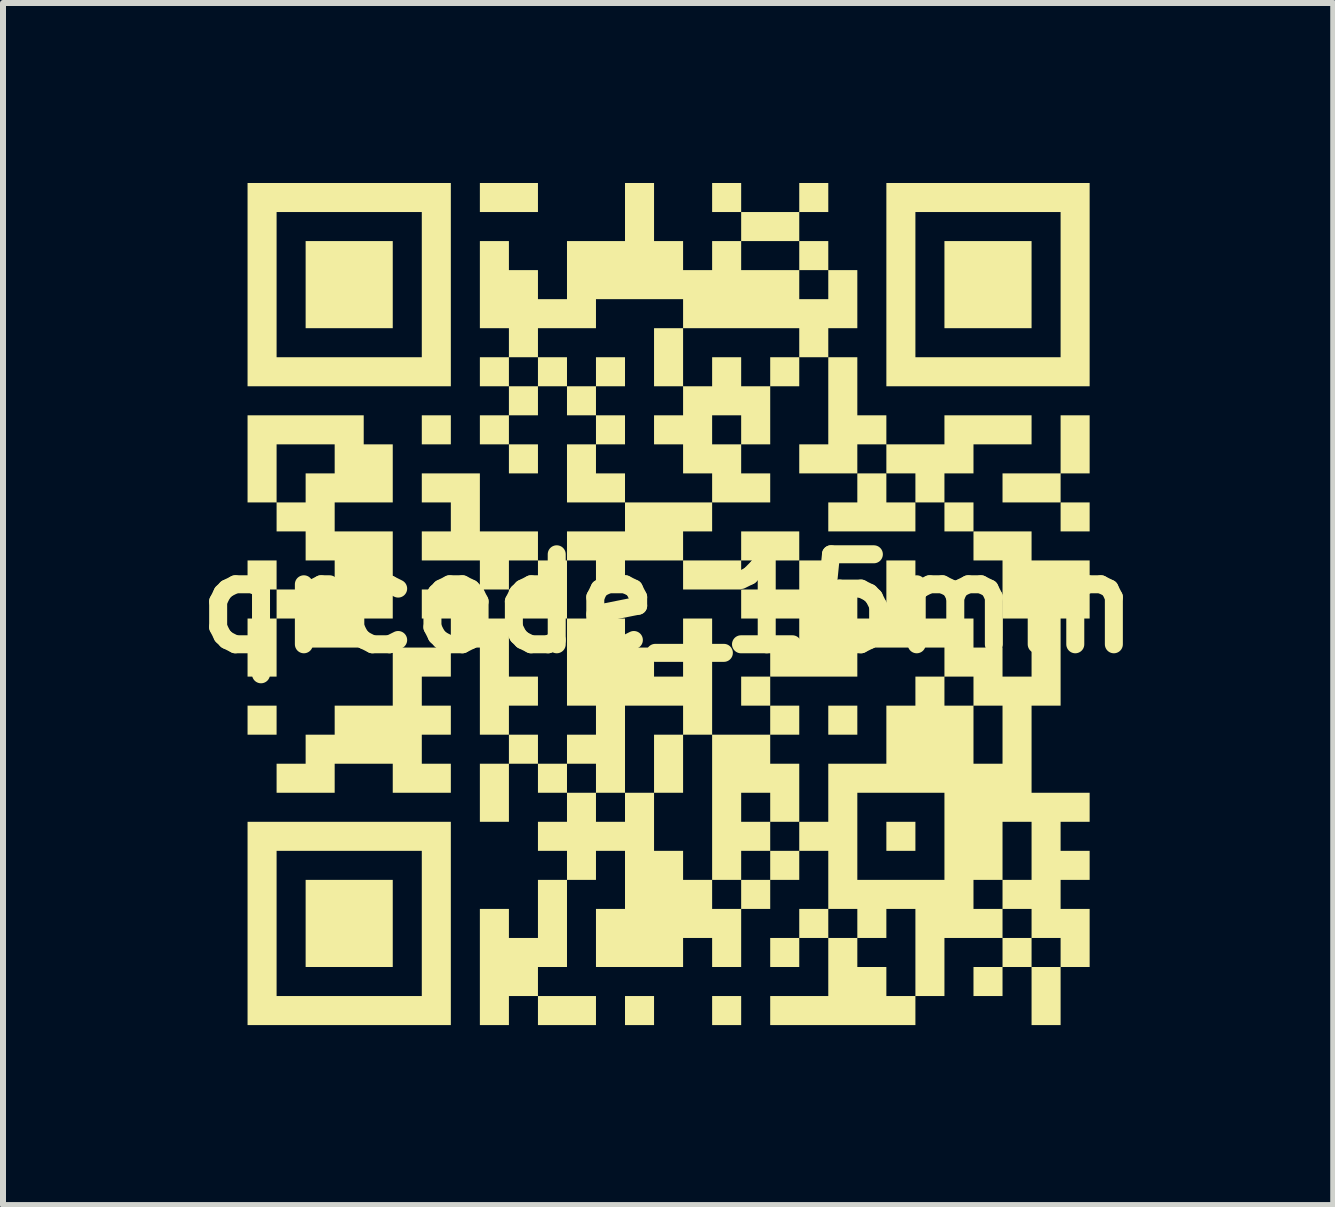
<source format=kicad_pcb>
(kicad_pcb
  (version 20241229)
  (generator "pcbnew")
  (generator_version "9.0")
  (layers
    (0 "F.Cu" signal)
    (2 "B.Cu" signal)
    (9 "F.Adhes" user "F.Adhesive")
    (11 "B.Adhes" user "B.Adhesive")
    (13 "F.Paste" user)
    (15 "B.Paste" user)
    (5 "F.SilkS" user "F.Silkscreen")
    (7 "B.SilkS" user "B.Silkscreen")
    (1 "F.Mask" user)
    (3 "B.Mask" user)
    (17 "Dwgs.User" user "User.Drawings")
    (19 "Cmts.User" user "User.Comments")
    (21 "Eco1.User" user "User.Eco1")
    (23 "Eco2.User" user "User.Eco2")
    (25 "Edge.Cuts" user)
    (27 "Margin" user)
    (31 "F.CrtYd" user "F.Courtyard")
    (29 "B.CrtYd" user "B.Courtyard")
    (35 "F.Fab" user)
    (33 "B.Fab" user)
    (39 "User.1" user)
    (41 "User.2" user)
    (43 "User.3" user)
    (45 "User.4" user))
  (footprint "qrcode_15mm"
    (layer "F.Cu")
    (at 8.086 7.01)
    (property "Reference" "qrcode_15mm" (at 0 0 0) (layer "F.SilkS") (effects (font (size 1.5 1.5) (thickness 0.3))))
    (attr board_only exclude_from_pos_files exclude_from_bom)
    (fp_poly (pts (xy -6.526 1.943) (xy -6.526 2.185) (xy -6.768 2.185) (xy -7.01 2.185) (xy -7.01 1.943) (xy -7.01 1.701) (xy -6.768 1.701) (xy -6.526 1.701)) (stroke (width 0) (type solid)) (fill yes) (layer "F.SilkS"))
    (fp_poly (pts (xy -4.59 -5.316) (xy -4.59 -4.59) (xy -5.316 -4.59) (xy -6.042 -4.59) (xy -6.042 -5.316) (xy -6.042 -6.042) (xy -5.316 -6.042) (xy -4.59 -6.042)) (stroke (width 0) (type solid)) (fill yes) (layer "F.SilkS"))
    (fp_poly (pts (xy -4.59 5.331) (xy -4.59 6.057) (xy -5.316 6.057) (xy -6.042 6.057) (xy -6.042 5.331) (xy -6.042 4.605) (xy -5.316 4.605) (xy -4.59 4.605)) (stroke (width 0) (type solid)) (fill yes) (layer "F.SilkS"))
    (fp_poly (pts (xy -3.622 -2.896) (xy -3.622 -2.654) (xy -3.864 -2.654) (xy -4.106 -2.654) (xy -4.106 -2.896) (xy -4.106 -3.138) (xy -3.864 -3.138) (xy -3.622 -3.138)) (stroke (width 0) (type solid)) (fill yes) (layer "F.SilkS"))
    (fp_poly (pts (xy -2.17 -6.768) (xy -2.17 -6.526) (xy -2.654 -6.526) (xy -3.138 -6.526) (xy -3.138 -6.768) (xy -3.138 -7.01) (xy -2.654 -7.01) (xy -2.17 -7.01)) (stroke (width 0) (type solid)) (fill yes) (layer "F.SilkS"))
    (fp_poly (pts (xy -2.17 -2.412) (xy -2.17 -2.17) (xy -2.412 -2.17) (xy -2.654 -2.17) (xy -2.654 -2.412) (xy -2.654 -2.654) (xy -2.412 -2.654) (xy -2.17 -2.654)) (stroke (width 0) (type solid)) (fill yes) (layer "F.SilkS"))
    (fp_poly (pts (xy -1.686 2.911) (xy -1.686 3.153) (xy -1.928 3.153) (xy -2.17 3.153) (xy -2.17 2.911) (xy -2.17 2.669) (xy -1.928 2.669) (xy -1.686 2.669)) (stroke (width 0) (type solid)) (fill yes) (layer "F.SilkS"))
    (fp_poly (pts (xy -1.203 -3.38) (xy -1.203 -3.138) (xy -1.445 -3.138) (xy -1.686 -3.138) (xy -1.686 -3.38) (xy -1.686 -3.622) (xy -1.445 -3.622) (xy -1.203 -3.622)) (stroke (width 0) (type solid)) (fill yes) (layer "F.SilkS"))
    (fp_poly (pts (xy -1.203 6.783) (xy -1.203 7.025) (xy -1.686 7.025) (xy -2.17 7.025) (xy -2.17 6.783) (xy -2.17 6.541) (xy -1.686 6.541) (xy -1.203 6.541)) (stroke (width 0) (type solid)) (fill yes) (layer "F.SilkS"))
    (fp_poly (pts (xy -0.719 -3.864) (xy -0.719 -3.622) (xy -0.961 -3.622) (xy -1.203 -3.622) (xy -1.203 -3.864) (xy -1.203 -4.106) (xy -0.961 -4.106) (xy -0.719 -4.106)) (stroke (width 0) (type solid)) (fill yes) (layer "F.SilkS"))
    (fp_poly (pts (xy -0.235 6.783) (xy -0.235 7.025) (xy -0.477 7.025) (xy -0.719 7.025) (xy -0.719 6.783) (xy -0.719 6.541) (xy -0.477 6.541) (xy -0.235 6.541)) (stroke (width 0) (type solid)) (fill yes) (layer "F.SilkS"))
    (fp_poly (pts (xy 1.217 6.783) (xy 1.217 7.025) (xy 0.975 7.025) (xy 0.733 7.025) (xy 0.733 6.783) (xy 0.733 6.541) (xy 0.975 6.541) (xy 1.217 6.541)) (stroke (width 0) (type solid)) (fill yes) (layer "F.SilkS"))
    (fp_poly (pts (xy 1.701 1.459) (xy 1.701 1.701) (xy 1.459 1.701) (xy 1.217 1.701) (xy 1.217 1.459) (xy 1.217 1.217) (xy 1.459 1.217) (xy 1.701 1.217)) (stroke (width 0) (type solid)) (fill yes) (layer "F.SilkS"))
    (fp_poly (pts (xy 3.153 1.943) (xy 3.153 2.185) (xy 2.911 2.185) (xy 2.669 2.185) (xy 2.669 1.943) (xy 2.669 1.701) (xy 2.911 1.701) (xy 3.153 1.701)) (stroke (width 0) (type solid)) (fill yes) (layer "F.SilkS"))
    (fp_poly (pts (xy 4.121 3.879) (xy 4.121 4.121) (xy 3.879 4.121) (xy 3.637 4.121) (xy 3.637 3.879) (xy 3.637 3.637) (xy 3.879 3.637) (xy 4.121 3.637)) (stroke (width 0) (type solid)) (fill yes) (layer "F.SilkS"))
    (fp_poly (pts (xy 5.089 -1.445) (xy 5.089 -1.203) (xy 4.847 -1.203) (xy 4.605 -1.203) (xy 4.605 -1.445) (xy 4.605 -1.686) (xy 4.847 -1.686) (xy 5.089 -1.686)) (stroke (width 0) (type solid)) (fill yes) (layer "F.SilkS"))
    (fp_poly (pts (xy 6.057 -5.316) (xy 6.057 -4.59) (xy 5.331 -4.59) (xy 4.605 -4.59) (xy 4.605 -5.316) (xy 4.605 -6.042) (xy 5.331 -6.042) (xy 6.057 -6.042)) (stroke (width 0) (type solid)) (fill yes) (layer "F.SilkS"))
    (fp_poly (pts (xy 7.025 -1.445) (xy 7.025 -1.203) (xy 6.783 -1.203) (xy 6.541 -1.203) (xy 6.541 -1.445) (xy 6.541 -1.686) (xy 6.783 -1.686) (xy 7.025 -1.686)) (stroke (width 0) (type solid)) (fill yes) (layer "F.SilkS"))
    (fp_poly (pts (xy -2.17 2.427) (xy -2.17 2.669) (xy -2.412 2.669) (xy -2.654 2.669) (xy -2.654 3.153) (xy -2.654 3.637) (xy -2.896 3.637) (xy -3.138 3.637) (xy -3.138 3.153) (xy -3.138 2.669) (xy -2.896 2.669) (xy -2.654 2.669) (xy -2.654 2.427) (xy -2.654 2.185) (xy -2.412 2.185) (xy -2.17 2.185)) (stroke (width 0) (type solid)) (fill yes) (layer "F.SilkS"))
    (fp_poly (pts (xy 2.185 -0.961) (xy 2.185 -0.719) (xy 1.701 -0.719) (xy 1.217 -0.719) (xy 1.217 -0.477) (xy 1.217 -0.235) (xy 0.733 -0.235) (xy 0.249 -0.235) (xy 0.249 -0.477) (xy 0.249 -0.719) (xy 0.733 -0.719) (xy 1.217 -0.719) (xy 1.217 -0.961) (xy 1.217 -1.203) (xy 1.701 -1.203) (xy 2.185 -1.203)) (stroke (width 0) (type solid)) (fill yes) (layer "F.SilkS"))
    (fp_poly (pts (xy 3.637 -1.928) (xy 3.637 -1.686) (xy 3.879 -1.686) (xy 4.121 -1.686) (xy 4.121 -1.445) (xy 4.121 -1.203) (xy 3.395 -1.203) (xy 2.669 -1.203) (xy 2.669 -1.445) (xy 2.669 -1.686) (xy 2.911 -1.686) (xy 3.153 -1.686) (xy 3.153 -1.928) (xy 3.153 -2.17) (xy 3.395 -2.17) (xy 3.637 -2.17)) (stroke (width 0) (type solid)) (fill yes) (layer "F.SilkS"))
    (fp_poly (pts (xy 7.025 -2.654) (xy 7.025 -2.17) (xy 6.783 -2.17) (xy 6.541 -2.17) (xy 6.541 -1.928) (xy 6.541 -1.686) (xy 6.057 -1.686) (xy 5.573 -1.686) (xy 5.573 -1.928) (xy 5.573 -2.17) (xy 6.057 -2.17) (xy 6.541 -2.17) (xy 6.541 -2.654) (xy 6.541 -3.138) (xy 6.783 -3.138) (xy 7.025 -3.138)) (stroke (width 0) (type solid)) (fill yes) (layer "F.SilkS"))
    (fp_poly (pts (xy -3.622 -5.316) (xy -3.622 -3.622) (xy -5.316 -3.622) (xy -7.01 -3.622) (xy -7.01 -5.316) (xy -7.01 -6.526) (xy -6.526 -6.526) (xy -6.526 -5.316) (xy -6.526 -4.106) (xy -5.316 -4.106) (xy -4.106 -4.106) (xy -4.106 -5.316) (xy -4.106 -6.526) (xy -5.316 -6.526) (xy -6.526 -6.526) (xy -7.01 -6.526) (xy -7.01 -7.01) (xy -5.316 -7.01) (xy -3.622 -7.01)) (stroke (width 0) (type solid)) (fill yes) (layer "F.SilkS"))
    (fp_poly (pts (xy -3.622 5.331) (xy -3.622 7.025) (xy -5.316 7.025) (xy -7.01 7.025) (xy -7.01 5.331) (xy -7.01 4.121) (xy -6.526 4.121) (xy -6.526 5.331) (xy -6.526 6.541) (xy -5.316 6.541) (xy -4.106 6.541) (xy -4.106 5.331) (xy -4.106 4.121) (xy -5.316 4.121) (xy -6.526 4.121) (xy -7.01 4.121) (xy -7.01 3.637) (xy -5.316 3.637) (xy -3.622 3.637)) (stroke (width 0) (type solid)) (fill yes) (layer "F.SilkS"))
    (fp_poly (pts (xy 7.025 -5.316) (xy 7.025 -3.622) (xy 5.331 -3.622) (xy 3.637 -3.622) (xy 3.637 -5.316) (xy 3.637 -6.526) (xy 4.121 -6.526) (xy 4.121 -5.316) (xy 4.121 -4.106) (xy 5.331 -4.106) (xy 6.541 -4.106) (xy 6.541 -5.316) (xy 6.541 -6.526) (xy 5.331 -6.526) (xy 4.121 -6.526) (xy 3.637 -6.526) (xy 3.637 -7.01) (xy 5.331 -7.01) (xy 7.025 -7.01)) (stroke (width 0) (type solid)) (fill yes) (layer "F.SilkS"))
    (fp_poly (pts (xy -0.719 -2.896) (xy -0.719 -2.654) (xy -0.961 -2.654) (xy -1.203 -2.654) (xy -1.203 -2.412) (xy -1.203 -2.17) (xy -0.961 -2.17) (xy -0.719 -2.17) (xy -0.719 -1.928) (xy -0.719 -1.686) (xy -1.203 -1.686) (xy -1.686 -1.686) (xy -1.686 -2.17) (xy -1.686 -2.654) (xy -1.445 -2.654) (xy -1.203 -2.654) (xy -1.203 -2.896) (xy -1.203 -3.138) (xy -0.961 -3.138) (xy -0.719 -3.138)) (stroke (width 0) (type solid)) (fill yes) (layer "F.SilkS"))
    (fp_poly (pts (xy 3.153 -3.622) (xy 3.153 -3.138) (xy 3.395 -3.138) (xy 3.637 -3.138) (xy 3.637 -2.896) (xy 3.637 -2.654) (xy 4.121 -2.654) (xy 4.605 -2.654) (xy 4.605 -2.896) (xy 4.605 -3.138) (xy 5.331 -3.138) (xy 6.057 -3.138) (xy 6.057 -2.896) (xy 6.057 -2.654) (xy 5.573 -2.654) (xy 5.089 -2.654) (xy 5.089 -2.412) (xy 5.089 -2.17) (xy 4.847 -2.17) (xy 4.605 -2.17) (xy 4.605 -1.928) (xy 4.605 -1.686) (xy 4.363 -1.686) (xy 4.121 -1.686) (xy 4.121 -1.928) (xy 4.121 -2.17) (xy 3.879 -2.17) (xy 3.637 -2.17) (xy 3.637 -2.412) (xy 3.637 -2.654) (xy 3.395 -2.654) (xy 3.153 -2.654) (xy 3.153 -2.412) (xy 3.153 -2.17) (xy 2.669 -2.17) (xy 2.185 -2.17) (xy 2.185 -2.412) (xy 2.185 -2.654) (xy 2.427 -2.654) (xy 2.669 -2.654) (xy 2.669 -3.38) (xy 2.669 -4.106) (xy 2.911 -4.106) (xy 3.153 -4.106)) (stroke (width 0) (type solid)) (fill yes) (layer "F.SilkS"))
    (fp_poly (pts (xy 0.249 -4.106) (xy 0.249 -3.622) (xy 0.491 -3.622) (xy 0.733 -3.622) (xy 0.733 -3.864) (xy 0.733 -4.106) (xy 0.975 -4.106) (xy 1.217 -4.106) (xy 1.217 -3.864) (xy 1.217 -3.622) (xy 1.459 -3.622) (xy 1.701 -3.622) (xy 1.701 -3.864) (xy 1.701 -4.106) (xy 1.943 -4.106) (xy 2.185 -4.106) (xy 2.185 -3.864) (xy 2.185 -3.622) (xy 1.943 -3.622) (xy 1.701 -3.622) (xy 1.701 -3.138) (xy 1.701 -2.654) (xy 1.459 -2.654) (xy 1.217 -2.654) (xy 1.217 -2.412) (xy 1.217 -2.17) (xy 1.459 -2.17) (xy 1.701 -2.17) (xy 1.701 -1.928) (xy 1.701 -1.686) (xy 1.217 -1.686) (xy 0.733 -1.686) (xy 0.733 -1.928) (xy 0.733 -2.17) (xy 0.491 -2.17) (xy 0.249 -2.17) (xy 0.249 -2.412) (xy 0.249 -2.654) (xy 0.007 -2.654) (xy -0.235 -2.654) (xy -0.235 -2.896) (xy -0.235 -3.138) (xy 0.007 -3.138) (xy 0.249 -3.138) (xy 0.733 -3.138) (xy 0.733 -2.896) (xy 0.733 -2.654) (xy 0.975 -2.654) (xy 1.217 -2.654) (xy 1.217 -2.896) (xy 1.217 -3.138) (xy 0.975 -3.138) (xy 0.733 -3.138) (xy 0.249 -3.138) (xy 0.249 -3.38) (xy 0.249 -3.622) (xy 0.007 -3.622) (xy -0.235 -3.622) (xy -0.235 -4.106) (xy -0.235 -4.59) (xy 0.007 -4.59) (xy 0.249 -4.59)) (stroke (width 0) (type solid)) (fill yes) (layer "F.SilkS"))
    (fp_poly (pts (xy -5.074 -2.896) (xy -5.074 -2.654) (xy -4.832 -2.654) (xy -4.59 -2.654) (xy -4.59 -2.17) (xy -4.59 -1.686) (xy -5.074 -1.686) (xy -5.558 -1.686) (xy -5.558 -1.445) (xy -5.558 -1.203) (xy -5.074 -1.203) (xy -4.59 -1.203) (xy -4.59 -0.477) (xy -4.59 0.249) (xy -4.832 0.249) (xy -5.074 0.249) (xy -5.074 0.491) (xy -5.074 0.733) (xy -5.558 0.733) (xy -6.042 0.733) (xy -6.042 0.491) (xy -6.042 0.249) (xy -6.284 0.249) (xy -6.526 0.249) (xy -6.526 0.733) (xy -6.526 1.217) (xy -6.768 1.217) (xy -7.01 1.217) (xy -7.01 0.733) (xy -7.01 0.249) (xy -6.768 0.249) (xy -6.526 0.249) (xy -6.526 0.007) (xy -6.526 -0.235) (xy -6.768 -0.235) (xy -7.01 -0.235) (xy -7.01 -0.477) (xy -7.01 -0.719) (xy -6.768 -0.719) (xy -6.526 -0.719) (xy -6.526 -0.477) (xy -6.526 -0.235) (xy -6.042 -0.235) (xy -5.558 -0.235) (xy -5.558 -0.477) (xy -5.558 -0.719) (xy -5.8 -0.719) (xy -6.042 -0.719) (xy -6.042 -0.961) (xy -6.042 -1.203) (xy -6.284 -1.203) (xy -6.526 -1.203) (xy -6.526 -1.445) (xy -6.526 -1.686) (xy -6.768 -1.686) (xy -7.01 -1.686) (xy -7.01 -2.412) (xy -7.01 -2.654) (xy -6.526 -2.654) (xy -6.526 -2.17) (xy -6.526 -1.686) (xy -6.284 -1.686) (xy -6.042 -1.686) (xy -6.042 -1.928) (xy -6.042 -2.17) (xy -5.8 -2.17) (xy -5.558 -2.17) (xy -5.558 -2.412) (xy -5.558 -2.654) (xy -6.042 -2.654) (xy -6.526 -2.654) (xy -7.01 -2.654) (xy -7.01 -3.138) (xy -6.042 -3.138) (xy -5.074 -3.138)) (stroke (width 0) (type solid)) (fill yes) (layer "F.SilkS"))
    (fp_poly (pts (xy -0.719 0.491) (xy -0.719 0.733) (xy -0.477 0.733) (xy -0.235 0.733) (xy -0.235 0.975) (xy -0.235 1.217) (xy 0.007 1.217) (xy 0.249 1.217) (xy 0.249 0.733) (xy 0.249 0.249) (xy 0.491 0.249) (xy 0.733 0.249) (xy 0.733 1.217) (xy 0.733 2.185) (xy 1.217 2.185) (xy 1.701 2.185) (xy 1.701 1.943) (xy 1.701 1.701) (xy 1.943 1.701) (xy 2.185 1.701) (xy 2.185 1.943) (xy 2.185 2.185) (xy 1.943 2.185) (xy 1.701 2.185) (xy 1.701 2.427) (xy 1.701 2.669) (xy 1.943 2.669) (xy 2.185 2.669) (xy 2.185 3.153) (xy 2.185 3.637) (xy 1.943 3.637) (xy 1.701 3.637) (xy 1.701 3.879) (xy 1.701 4.121) (xy 1.459 4.121) (xy 1.217 4.121) (xy 1.217 4.363) (xy 1.217 4.605) (xy 0.975 4.605) (xy 0.733 4.605) (xy 0.733 3.395) (xy 0.733 3.153) (xy 1.217 3.153) (xy 1.217 3.395) (xy 1.217 3.637) (xy 1.459 3.637) (xy 1.701 3.637) (xy 1.701 3.395) (xy 1.701 3.153) (xy 1.459 3.153) (xy 1.217 3.153) (xy 0.733 3.153) (xy 0.733 2.185) (xy 0.491 2.185) (xy 0.249 2.185) (xy 0.249 2.669) (xy 0.249 3.153) (xy 0.007 3.153) (xy -0.235 3.153) (xy -0.235 2.669) (xy -0.235 2.185) (xy 0.007 2.185) (xy 0.249 2.185) (xy 0.249 1.943) (xy 0.249 1.701) (xy -0.235 1.701) (xy -0.719 1.701) (xy -0.719 2.427) (xy -0.719 3.153) (xy -0.961 3.153) (xy -1.203 3.153) (xy -1.203 2.911) (xy -1.203 2.669) (xy -1.445 2.669) (xy -1.686 2.669) (xy -1.686 2.427) (xy -1.686 2.185) (xy -1.445 2.185) (xy -1.203 2.185) (xy -1.203 1.943) (xy -1.203 1.701) (xy -1.445 1.701) (xy -1.686 1.701) (xy -1.686 0.975) (xy -1.686 0.249) (xy -1.203 0.249) (xy -0.719 0.249)) (stroke (width 0) (type solid)) (fill yes) (layer "F.SilkS"))
    (fp_poly (pts (xy -3.138 -1.686) (xy -3.138 -1.203) (xy -2.654 -1.203) (xy -2.17 -1.203) (xy -2.17 -0.961) (xy -2.17 -0.719) (xy -1.928 -0.719) (xy -1.686 -0.719) (xy -1.686 -0.961) (xy -1.686 -1.203) (xy -1.203 -1.203) (xy -0.719 -1.203) (xy -0.719 -1.445) (xy -0.719 -1.686) (xy 0.007 -1.686) (xy 0.733 -1.686) (xy 0.733 -1.445) (xy 0.733 -1.203) (xy 0.491 -1.203) (xy 0.249 -1.203) (xy 0.249 -0.961) (xy 0.249 -0.719) (xy -0.235 -0.719) (xy -0.719 -0.719) (xy -0.719 -0.477) (xy -0.719 -0.235) (xy -0.961 -0.235) (xy -1.203 -0.235) (xy -1.203 -0.477) (xy -1.203 -0.719) (xy -1.445 -0.719) (xy -1.686 -0.719) (xy -1.686 -0.235) (xy -1.686 0.249) (xy -2.17 0.249) (xy -2.654 0.249) (xy -2.654 0.007) (xy -2.654 -0.235) (xy -2.412 -0.235) (xy -2.17 -0.235) (xy -2.17 -0.477) (xy -2.17 -0.719) (xy -2.412 -0.719) (xy -2.654 -0.719) (xy -2.654 -0.477) (xy -2.654 -0.235) (xy -2.896 -0.235) (xy -3.138 -0.235) (xy -3.138 0.007) (xy -3.138 0.249) (xy -2.896 0.249) (xy -2.654 0.249) (xy -2.654 0.733) (xy -2.654 1.217) (xy -2.412 1.217) (xy -2.17 1.217) (xy -2.17 1.459) (xy -2.17 1.701) (xy -2.412 1.701) (xy -2.654 1.701) (xy -2.654 1.943) (xy -2.654 2.185) (xy -2.896 2.185) (xy -3.138 2.185) (xy -3.138 1.459) (xy -3.138 0.733) (xy -3.38 0.733) (xy -3.622 0.733) (xy -3.622 0.975) (xy -3.622 1.217) (xy -3.864 1.217) (xy -4.106 1.217) (xy -4.106 1.459) (xy -4.106 1.701) (xy -3.864 1.701) (xy -3.622 1.701) (xy -3.622 1.943) (xy -3.622 2.185) (xy -3.864 2.185) (xy -4.106 2.185) (xy -4.106 2.427) (xy -4.106 2.669) (xy -3.864 2.669) (xy -3.622 2.669) (xy -3.622 2.911) (xy -3.622 3.153) (xy -4.106 3.153) (xy -4.59 3.153) (xy -4.59 2.911) (xy -4.59 2.669) (xy -5.074 2.669) (xy -5.558 2.669) (xy -5.558 2.911) (xy -5.558 3.153) (xy -6.042 3.153) (xy -6.526 3.153) (xy -6.526 2.911) (xy -6.526 2.669) (xy -6.284 2.669) (xy -6.042 2.669) (xy -6.042 2.427) (xy -6.042 2.185) (xy -5.8 2.185) (xy -5.558 2.185) (xy -5.558 1.943) (xy -5.558 1.701) (xy -5.074 1.701) (xy -4.59 1.701) (xy -4.59 1.217) (xy -4.59 0.733) (xy -4.106 0.733) (xy -3.622 0.733) (xy -3.622 0.491) (xy -3.622 0.249) (xy -3.864 0.249) (xy -4.106 0.249) (xy -4.106 0.007) (xy -4.106 -0.235) (xy -3.622 -0.235) (xy -3.138 -0.235) (xy -3.138 -0.477) (xy -3.138 -0.719) (xy -3.622 -0.719) (xy -4.106 -0.719) (xy -4.106 -0.961) (xy -4.106 -1.203) (xy -3.864 -1.203) (xy -3.622 -1.203) (xy -3.622 -1.445) (xy -3.622 -1.686) (xy -3.864 -1.686) (xy -4.106 -1.686) (xy -4.106 -1.928) (xy -4.106 -2.17) (xy -3.622 -2.17) (xy -3.138 -2.17)) (stroke (width 0) (type solid)) (fill yes) (layer "F.SilkS"))
    (fp_poly (pts (xy -0.235 -6.526) (xy -0.235 -6.042) (xy 0.007 -6.042) (xy 0.249 -6.042) (xy 0.249 -5.8) (xy 0.249 -5.558) (xy 0.491 -5.558) (xy 0.733 -5.558) (xy 0.733 -5.8) (xy 0.733 -6.042) (xy 0.975 -6.042) (xy 1.217 -6.042) (xy 1.217 -6.284) (xy 1.217 -6.526) (xy 0.975 -6.526) (xy 0.733 -6.526) (xy 0.733 -6.768) (xy 0.733 -7.01) (xy 0.975 -7.01) (xy 1.217 -7.01) (xy 1.217 -6.768) (xy 1.217 -6.526) (xy 1.701 -6.526) (xy 2.185 -6.526) (xy 2.185 -6.768) (xy 2.185 -7.01) (xy 2.427 -7.01) (xy 2.669 -7.01) (xy 2.669 -6.768) (xy 2.669 -6.526) (xy 2.427 -6.526) (xy 2.185 -6.526) (xy 2.185 -6.284) (xy 2.185 -6.042) (xy 1.701 -6.042) (xy 1.217 -6.042) (xy 1.217 -5.8) (xy 1.217 -5.558) (xy 1.701 -5.558) (xy 2.185 -5.558) (xy 2.185 -5.8) (xy 2.185 -6.042) (xy 2.427 -6.042) (xy 2.669 -6.042) (xy 2.669 -5.8) (xy 2.669 -5.558) (xy 2.427 -5.558) (xy 2.185 -5.558) (xy 2.185 -5.316) (xy 2.185 -5.074) (xy 2.427 -5.074) (xy 2.669 -5.074) (xy 2.669 -5.316) (xy 2.669 -5.558) (xy 2.911 -5.558) (xy 3.153 -5.558) (xy 3.153 -5.074) (xy 3.153 -4.59) (xy 2.911 -4.59) (xy 2.669 -4.59) (xy 2.669 -4.348) (xy 2.669 -4.106) (xy 2.427 -4.106) (xy 2.185 -4.106) (xy 2.185 -4.348) (xy 2.185 -4.59) (xy 1.217 -4.59) (xy 0.249 -4.59) (xy 0.249 -4.832) (xy 0.249 -5.074) (xy -0.477 -5.074) (xy -1.203 -5.074) (xy -1.203 -4.832) (xy -1.203 -4.59) (xy -1.686 -4.59) (xy -2.17 -4.59) (xy -2.17 -4.348) (xy -2.17 -4.106) (xy -2.412 -4.106) (xy -2.654 -4.106) (xy -2.654 -3.864) (xy -2.654 -3.622) (xy -2.412 -3.622) (xy -2.17 -3.622) (xy -2.17 -3.864) (xy -2.17 -4.106) (xy -1.928 -4.106) (xy -1.686 -4.106) (xy -1.686 -3.864) (xy -1.686 -3.622) (xy -1.928 -3.622) (xy -2.17 -3.622) (xy -2.17 -3.38) (xy -2.17 -3.138) (xy -2.412 -3.138) (xy -2.654 -3.138) (xy -2.654 -2.896) (xy -2.654 -2.654) (xy -2.896 -2.654) (xy -3.138 -2.654) (xy -3.138 -2.896) (xy -3.138 -3.138) (xy -2.896 -3.138) (xy -2.654 -3.138) (xy -2.654 -3.38) (xy -2.654 -3.622) (xy -2.896 -3.622) (xy -3.138 -3.622) (xy -3.138 -3.864) (xy -3.138 -4.106) (xy -2.896 -4.106) (xy -2.654 -4.106) (xy -2.654 -4.348) (xy -2.654 -4.59) (xy -2.896 -4.59) (xy -3.138 -4.59) (xy -3.138 -5.316) (xy -3.138 -6.042) (xy -2.896 -6.042) (xy -2.654 -6.042) (xy -2.654 -5.8) (xy -2.654 -5.558) (xy -2.412 -5.558) (xy -2.17 -5.558) (xy -2.17 -5.316) (xy -2.17 -5.074) (xy -1.928 -5.074) (xy -1.686 -5.074) (xy -1.686 -5.558) (xy -1.686 -6.042) (xy -1.203 -6.042) (xy -0.719 -6.042) (xy -0.719 -6.526) (xy -0.719 -7.01) (xy -0.477 -7.01) (xy -0.235 -7.01)) (stroke (width 0) (type solid)) (fill yes) (layer "F.SilkS"))
    (fp_poly (pts (xy 6.057 -0.961) (xy 6.057 -0.719) (xy 6.541 -0.719) (xy 7.025 -0.719) (xy 7.025 -0.235) (xy 7.025 0.249) (xy 6.783 0.249) (xy 6.541 0.249) (xy 6.541 0.975) (xy 6.541 1.701) (xy 6.299 1.701) (xy 6.057 1.701) (xy 6.057 2.427) (xy 6.057 3.153) (xy 6.541 3.153) (xy 7.025 3.153) (xy 7.025 3.395) (xy 7.025 3.637) (xy 6.783 3.637) (xy 6.541 3.637) (xy 6.541 3.879) (xy 6.541 4.121) (xy 6.783 4.121) (xy 7.025 4.121) (xy 7.025 4.363) (xy 7.025 4.605) (xy 6.783 4.605) (xy 6.541 4.605) (xy 6.541 4.847) (xy 6.541 5.089) (xy 6.783 5.089) (xy 7.025 5.089) (xy 7.025 5.573) (xy 7.025 6.057) (xy 6.783 6.057) (xy 6.541 6.057) (xy 6.541 6.541) (xy 6.541 7.025) (xy 6.299 7.025) (xy 6.057 7.025) (xy 6.057 6.541) (xy 6.057 6.057) (xy 5.815 6.057) (xy 5.573 6.057) (xy 5.573 6.299) (xy 5.573 6.541) (xy 5.331 6.541) (xy 5.089 6.541) (xy 5.089 6.299) (xy 5.089 6.057) (xy 5.331 6.057) (xy 5.573 6.057) (xy 5.573 5.815) (xy 5.573 5.573) (xy 5.089 5.573) (xy 4.605 5.573) (xy 4.605 6.057) (xy 4.605 6.541) (xy 4.363 6.541) (xy 4.121 6.541) (xy 4.121 6.783) (xy 4.121 7.025) (xy 2.911 7.025) (xy 1.701 7.025) (xy 1.701 6.783) (xy 1.701 6.541) (xy 2.185 6.541) (xy 2.669 6.541) (xy 2.669 6.057) (xy 2.669 5.573) (xy 2.911 5.573) (xy 3.153 5.573) (xy 3.153 5.815) (xy 3.153 6.057) (xy 3.395 6.057) (xy 3.637 6.057) (xy 3.637 6.299) (xy 3.637 6.541) (xy 3.879 6.541) (xy 4.121 6.541) (xy 4.121 5.815) (xy 4.121 5.089) (xy 5.089 5.089) (xy 5.331 5.089) (xy 5.573 5.089) (xy 5.573 5.331) (xy 5.573 5.573) (xy 5.815 5.573) (xy 6.057 5.573) (xy 6.057 5.815) (xy 6.057 6.057) (xy 6.299 6.057) (xy 6.541 6.057) (xy 6.541 5.815) (xy 6.541 5.573) (xy 6.299 5.573) (xy 6.057 5.573) (xy 6.057 5.331) (xy 6.057 5.089) (xy 5.815 5.089) (xy 5.573 5.089) (xy 5.573 4.847) (xy 5.573 4.605) (xy 5.815 4.605) (xy 6.057 4.605) (xy 6.057 4.121) (xy 6.057 3.637) (xy 5.815 3.637) (xy 5.573 3.637) (xy 5.573 4.121) (xy 5.573 4.605) (xy 5.331 4.605) (xy 5.089 4.605) (xy 5.089 4.847) (xy 5.089 5.089) (xy 4.121 5.089) (xy 3.879 5.089) (xy 3.637 5.089) (xy 3.637 5.331) (xy 3.637 5.573) (xy 3.395 5.573) (xy 3.153 5.573) (xy 3.153 5.331) (xy 3.153 5.089) (xy 2.911 5.089) (xy 2.669 5.089) (xy 2.669 5.331) (xy 2.669 5.573) (xy 2.427 5.573) (xy 2.185 5.573) (xy 2.185 5.815) (xy 2.185 6.057) (xy 1.943 6.057) (xy 1.701 6.057) (xy 1.701 5.815) (xy 1.701 5.573) (xy 1.943 5.573) (xy 2.185 5.573) (xy 2.185 5.331) (xy 2.185 5.089) (xy 2.427 5.089) (xy 2.669 5.089) (xy 2.669 4.605) (xy 2.669 4.121) (xy 2.427 4.121) (xy 2.185 4.121) (xy 2.185 4.363) (xy 2.185 4.605) (xy 1.943 4.605) (xy 1.701 4.605) (xy 1.701 4.847) (xy 1.701 5.089) (xy 1.459 5.089) (xy 1.217 5.089) (xy 1.217 5.573) (xy 1.217 6.057) (xy 0.975 6.057) (xy 0.733 6.057) (xy 0.733 5.815) (xy 0.733 5.573) (xy 0.491 5.573) (xy 0.249 5.573) (xy 0.249 5.815) (xy 0.249 6.057) (xy -0.477 6.057) (xy -1.203 6.057) (xy -1.203 5.573) (xy -1.203 5.089) (xy -0.961 5.089) (xy -0.719 5.089) (xy -0.719 4.605) (xy -0.719 4.121) (xy -0.961 4.121) (xy -1.203 4.121) (xy -1.203 4.363) (xy -1.203 4.605) (xy -1.445 4.605) (xy -1.686 4.605) (xy -1.686 5.331) (xy -1.686 6.057) (xy -1.928 6.057) (xy -2.17 6.057) (xy -2.17 6.299) (xy -2.17 6.541) (xy -2.412 6.541) (xy -2.654 6.541) (xy -2.654 6.783) (xy -2.654 7.025) (xy -2.896 7.025) (xy -3.138 7.025) (xy -3.138 6.057) (xy -3.138 5.089) (xy -2.896 5.089) (xy -2.654 5.089) (xy -2.654 5.331) (xy -2.654 5.573) (xy -2.412 5.573) (xy -2.17 5.573) (xy -2.17 5.089) (xy -2.17 4.605) (xy -1.928 4.605) (xy -1.686 4.605) (xy -1.686 4.363) (xy -1.686 4.121) (xy -1.928 4.121) (xy -2.17 4.121) (xy -2.17 3.879) (xy -2.17 3.637) (xy -1.928 3.637) (xy -1.686 3.637) (xy -1.686 3.395) (xy -1.686 3.153) (xy -1.445 3.153) (xy -1.203 3.153) (xy -1.203 3.395) (xy -1.203 3.637) (xy -0.961 3.637) (xy -0.719 3.637) (xy -0.719 3.395) (xy -0.719 3.153) (xy -0.477 3.153) (xy -0.235 3.153) (xy -0.235 3.637) (xy -0.235 4.121) (xy 0.007 4.121) (xy 0.249 4.121) (xy 0.249 4.363) (xy 0.249 4.605) (xy 0.491 4.605) (xy 0.733 4.605) (xy 0.733 4.847) (xy 0.733 5.089) (xy 0.975 5.089) (xy 1.217 5.089) (xy 1.217 4.847) (xy 1.217 4.605) (xy 1.459 4.605) (xy 1.701 4.605) (xy 1.701 4.363) (xy 1.701 4.121) (xy 1.943 4.121) (xy 2.185 4.121) (xy 2.185 3.879) (xy 2.185 3.637) (xy 2.427 3.637) (xy 2.669 3.637) (xy 2.669 3.153) (xy 3.153 3.153) (xy 3.153 3.879) (xy 3.153 4.605) (xy 3.879 4.605) (xy 4.605 4.605) (xy 4.605 3.879) (xy 4.605 3.153) (xy 3.879 3.153) (xy 3.153 3.153) (xy 2.669 3.153) (xy 2.669 2.669) (xy 3.153 2.669) (xy 3.637 2.669) (xy 3.637 2.185) (xy 3.637 1.701) (xy 3.879 1.701) (xy 4.121 1.701) (xy 4.121 1.459) (xy 4.121 1.217) (xy 4.363 1.217) (xy 4.605 1.217) (xy 4.605 1.459) (xy 4.605 1.701) (xy 4.847 1.701) (xy 5.089 1.701) (xy 5.089 2.185) (xy 5.089 2.669) (xy 5.331 2.669) (xy 5.573 2.669) (xy 5.573 2.185) (xy 5.573 1.701) (xy 5.331 1.701) (xy 5.089 1.701) (xy 5.089 1.459) (xy 5.089 1.217) (xy 4.847 1.217) (xy 4.605 1.217) (xy 4.605 0.975) (xy 4.605 0.733) (xy 3.879 0.733) (xy 3.153 0.733) (xy 3.153 0.975) (xy 3.153 1.217) (xy 2.427 1.217) (xy 1.701 1.217) (xy 1.701 0.975) (xy 1.701 0.733) (xy 1.943 0.733) (xy 2.185 0.733) (xy 2.185 0.491) (xy 2.185 0.249) (xy 1.701 0.249) (xy 1.217 0.249) (xy 1.217 0.007) (xy 1.217 -0.235) (xy 1.701 -0.235) (xy 2.185 -0.235) (xy 2.185 -0.477) (xy 2.185 -0.719) (xy 2.427 -0.719) (xy 2.669 -0.719) (xy 2.669 -0.477) (xy 2.669 -0.235) (xy 2.911 -0.235) (xy 3.153 -0.235) (xy 3.153 0.007) (xy 3.153 0.249) (xy 3.395 0.249) (xy 3.637 0.249) (xy 3.637 -0.235) (xy 3.637 -0.719) (xy 3.879 -0.719) (xy 4.121 -0.719) (xy 4.121 -0.235) (xy 4.121 0.249) (xy 4.605 0.249) (xy 5.089 0.249) (xy 5.089 0.491) (xy 5.089 0.733) (xy 5.331 0.733) (xy 5.573 0.733) (xy 5.573 0.975) (xy 5.573 1.217) (xy 5.815 1.217) (xy 6.057 1.217) (xy 6.057 0.733) (xy 6.057 0.249) (xy 5.815 0.249) (xy 5.573 0.249) (xy 5.573 -0.235) (xy 5.573 -0.719) (xy 5.331 -0.719) (xy 5.089 -0.719) (xy 5.089 -0.961) (xy 5.089 -1.203) (xy 5.573 -1.203) (xy 6.057 -1.203)) (stroke (width 0) (type solid)) (fill yes) (layer "F.SilkS")))
  (gr_rect
    (start -3 -3)
    (end 19.171 17.035)
    (stroke (width 0.1) (type default))
    (fill no)
    (layer "Edge.Cuts")))
</source>
